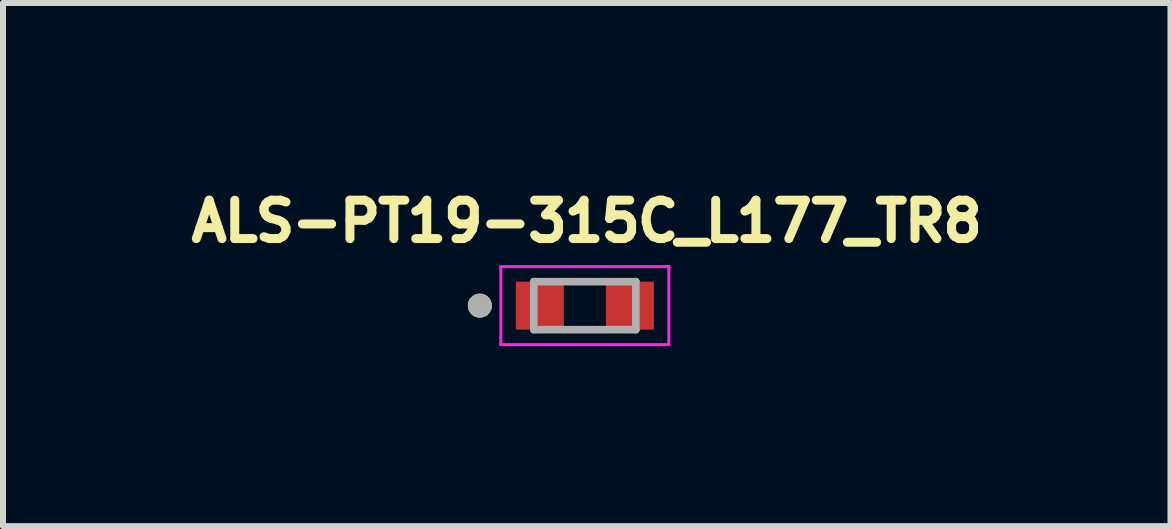
<source format=kicad_pcb>
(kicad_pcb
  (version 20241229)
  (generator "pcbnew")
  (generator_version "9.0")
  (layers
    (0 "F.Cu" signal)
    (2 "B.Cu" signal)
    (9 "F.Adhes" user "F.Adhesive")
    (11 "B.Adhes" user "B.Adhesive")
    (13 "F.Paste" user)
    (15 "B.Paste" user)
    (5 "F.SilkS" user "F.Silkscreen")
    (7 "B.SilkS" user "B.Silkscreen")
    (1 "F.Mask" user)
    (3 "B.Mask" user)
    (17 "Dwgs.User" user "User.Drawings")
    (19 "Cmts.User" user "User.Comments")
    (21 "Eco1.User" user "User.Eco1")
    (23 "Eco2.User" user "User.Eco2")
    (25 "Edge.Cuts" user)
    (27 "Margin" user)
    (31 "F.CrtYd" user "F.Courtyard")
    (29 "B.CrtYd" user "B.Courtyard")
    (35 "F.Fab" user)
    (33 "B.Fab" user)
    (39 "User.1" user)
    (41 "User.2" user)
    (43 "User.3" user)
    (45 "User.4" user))
  (footprint "ALS-PT19-315C_L177_TR8"
    (layer "F.Cu")
    (at 6.697 2.044)
    (property "Reference" "ALS-PT19-315C_L177_TR8" (at 0.032 -1.406 0) (layer "F.SilkS") (effects (font (size 0.64 0.64) (thickness 0.15))))
    (attr smd)
    (fp_circle (center -1.75 0) (end -1.65 0) (stroke (width 0.2) (type solid)) (fill no) (layer "F.SilkS"))
    (fp_line (start -1.4 -0.65) (end -1.4 0.65) (stroke (width 0.05) (type solid)) (layer "F.CrtYd"))
    (fp_line (start -1.4 0.65) (end 1.4 0.65) (stroke (width 0.05) (type solid)) (layer "F.CrtYd"))
    (fp_line (start 1.4 -0.65) (end -1.4 -0.65) (stroke (width 0.05) (type solid)) (layer "F.CrtYd"))
    (fp_line (start 1.4 0.65) (end 1.4 -0.65) (stroke (width 0.05) (type solid)) (layer "F.CrtYd"))
    (fp_line (start -0.85 -0.4) (end -0.85 0.4) (stroke (width 0.127) (type solid)) (layer "F.Fab"))
    (fp_line (start -0.85 0.4) (end 0.85 0.4) (stroke (width 0.127) (type solid)) (layer "F.Fab"))
    (fp_line (start 0.85 -0.4) (end -0.85 -0.4) (stroke (width 0.127) (type solid)) (layer "F.Fab"))
    (fp_line (start 0.85 0.4) (end 0.85 -0.4) (stroke (width 0.127) (type solid)) (layer "F.Fab"))
    (fp_circle (center -1.75 0) (end -1.65 0) (stroke (width 0.2) (type solid)) (fill no) (layer "F.Fab"))
    (pad "1" smd rect (at -0.75 0) (size 0.8 0.8) (layers "F.Cu" "F.Mask" "F.Paste"))
    (pad "2" smd rect (at 0.75 0) (size 0.8 0.8) (layers "F.Cu" "F.Mask" "F.Paste")))
  (gr_rect
    (start -3 -3)
    (end 16.457 5.719)
    (stroke (width 0.1) (type default))
    (fill no)
    (layer "Edge.Cuts")))
</source>
